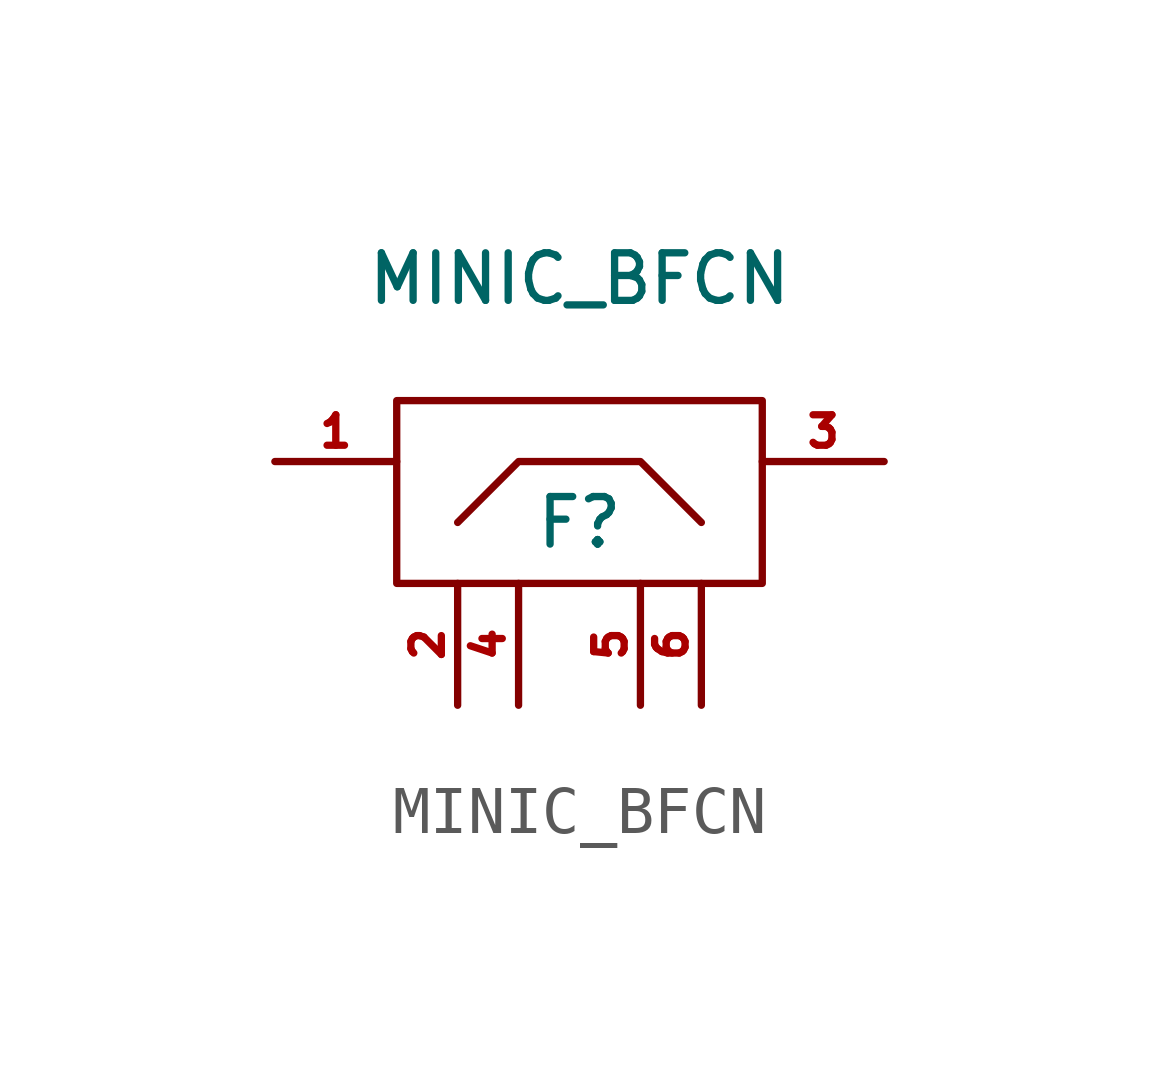
<source format=kicad_sym>
(kicad_symbol_lib
  (version 20241209)
  (generator "kicad_symbol_editor")
  (generator_version "9.0")
  (symbol "MINIC_BFCN"
    (pin_names
      (offset 1.016)
      (hide yes))
    (property "Reference" "F"
      (at 0 0 0)
      (effects (font (size 0.991 0.991))))
    (property "Value" "MINIC_BFCN"
      (at 0 5.08 0)
      (effects (font (size 0.991 0.991))))
    (symbol "MINIC_BFCN_0_0"
      (pin passive line (at -6.35 1.27 0) (length 2.54) (name "RFIN" (effects (font (size 0.635 0.635)))) (number "1" (effects (font (size 0.635 0.635)))))
      (pin passive line (at -2.54 -3.81 90) (length 2.54) (name "GND" (effects (font (size 0.635 0.635)))) (number "2" (effects (font (size 0.635 0.635)))))
      (pin passive line (at -1.27 -3.81 90) (length 2.54) (name "GND" (effects (font (size 0.635 0.635)))) (number "4" (effects (font (size 0.635 0.635)))))
      (pin passive line (at 1.27 -3.81 90) (length 2.54) (name "GND" (effects (font (size 0.635 0.635)))) (number "5" (effects (font (size 0.635 0.635)))))
      (pin passive line (at 2.54 -3.81 90) (length 2.54) (name "GND" (effects (font (size 0.635 0.635)))) (number "6" (effects (font (size 0.635 0.635)))))
      (pin passive line (at 6.35 1.27 180) (length 2.54) (name "RFOUT" (effects (font (size 0.635 0.635)))) (number "3" (effects (font (size 0.635 0.635))))))
    (symbol "MINIC_BFCN_0_1"
      (rectangle (start -3.81 2.54) (end 3.81 -1.27) (stroke (width 0) (type solid)) (fill (type none)))
      (polyline (pts (xy -2.54 0) (xy -1.27 1.27) (xy 1.27 1.27) (xy 2.54 0)) (stroke (width 0) (type solid)) (fill (type none))))))
</source>
